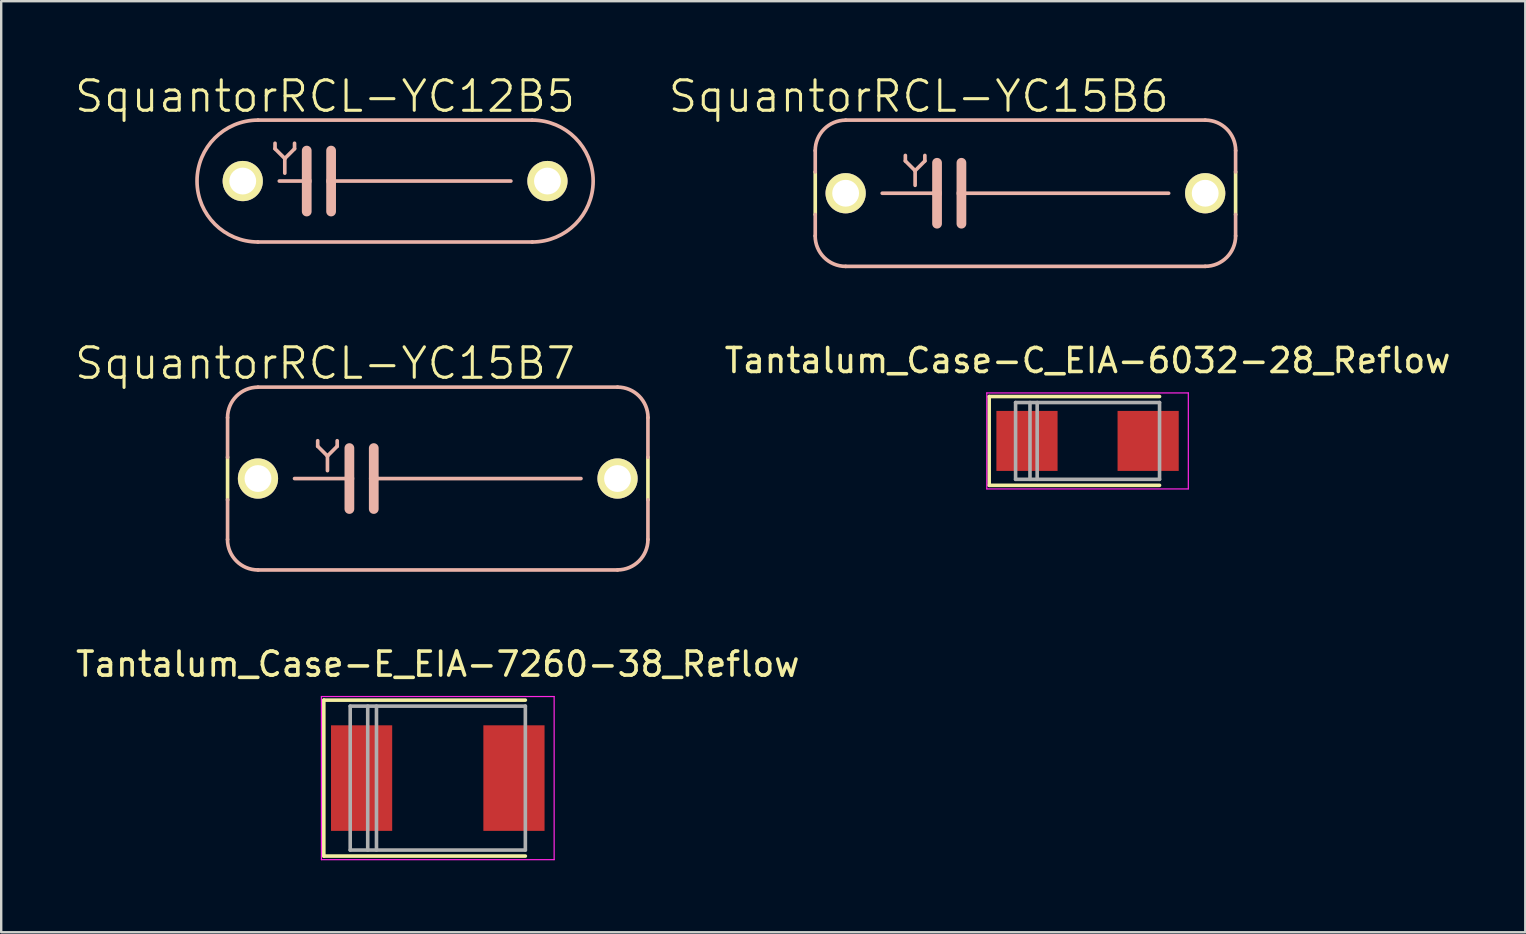
<source format=kicad_pcb>
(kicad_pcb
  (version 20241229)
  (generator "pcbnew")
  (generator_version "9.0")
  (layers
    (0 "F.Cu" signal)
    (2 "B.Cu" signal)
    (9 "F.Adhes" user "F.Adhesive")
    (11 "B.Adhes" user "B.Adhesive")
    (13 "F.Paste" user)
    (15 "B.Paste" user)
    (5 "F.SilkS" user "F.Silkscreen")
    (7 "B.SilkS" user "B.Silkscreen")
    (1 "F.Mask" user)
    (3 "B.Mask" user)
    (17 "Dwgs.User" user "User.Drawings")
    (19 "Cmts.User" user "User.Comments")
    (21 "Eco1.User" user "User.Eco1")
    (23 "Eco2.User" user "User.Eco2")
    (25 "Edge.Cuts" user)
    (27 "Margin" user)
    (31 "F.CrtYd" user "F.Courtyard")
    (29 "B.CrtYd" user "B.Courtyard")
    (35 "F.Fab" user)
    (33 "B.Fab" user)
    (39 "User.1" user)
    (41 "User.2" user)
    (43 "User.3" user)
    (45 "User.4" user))
  (footprint "Tantalum_Case-E_EIA-7260-38_Reflow"
    (layer "F.Cu")
    (at 15.196 29.38)
    (property "Reference" "Tantalum_Case-E_EIA-7260-38_Reflow" (at 0 -4.75 0) (layer "F.SilkS") (effects (font (size 1 1) (thickness 0.15))))
    (attr smd)
    (fp_line (start -4.75 -3.25) (end -4.75 3.25) (stroke (width 0.15) (type solid)) (layer "F.SilkS"))
    (fp_line (start -4.75 -3.25) (end 3.65 -3.25) (stroke (width 0.15) (type solid)) (layer "F.SilkS"))
    (fp_line (start -4.75 3.25) (end 3.65 3.25) (stroke (width 0.15) (type solid)) (layer "F.SilkS"))
    (fp_line (start -4.85 -3.4) (end -4.85 3.4) (stroke (width 0.05) (type solid)) (layer "F.CrtYd"))
    (fp_line (start -4.85 3.4) (end 4.85 3.4) (stroke (width 0.05) (type solid)) (layer "F.CrtYd"))
    (fp_line (start 4.85 -3.4) (end -4.85 -3.4) (stroke (width 0.05) (type solid)) (layer "F.CrtYd"))
    (fp_line (start 4.85 3.4) (end 4.85 -3.4) (stroke (width 0.05) (type solid)) (layer "F.CrtYd"))
    (fp_line (start -3.65 -3) (end -3.65 3) (stroke (width 0.15) (type solid)) (layer "F.Fab"))
    (fp_line (start -3.65 3) (end 3.65 3) (stroke (width 0.15) (type solid)) (layer "F.Fab"))
    (fp_line (start -2.92 -3) (end -2.92 3) (stroke (width 0.15) (type solid)) (layer "F.Fab"))
    (fp_line (start -2.555 -3) (end -2.555 3) (stroke (width 0.15) (type solid)) (layer "F.Fab"))
    (fp_line (start 3.65 -3) (end -3.65 -3) (stroke (width 0.15) (type solid)) (layer "F.Fab"))
    (fp_line (start 3.65 3) (end 3.65 -3) (stroke (width 0.15) (type solid)) (layer "F.Fab"))
    (pad "1" smd rect (at -3.175 0) (size 2.55 4.4) (layers "F.Cu" "F.Mask" "F.Paste"))
    (pad "2" smd rect (at 3.175 0) (size 2.55 4.4) (layers "F.Cu" "F.Mask" "F.Paste")))
  (footprint "SquantorRCL-YC15B6"
    (layer "F.Cu")
    (at 39.688 5.004)
    (property "Reference" "SquantorRCL-YC15B6" (at -4.445 -4.039 0) (layer "F.SilkS") (effects (font (size 1.27 1.27) (thickness 0.127))))
    (attr exclude_from_pos_files exclude_from_bom)
    (fp_line (start -8.76 0.889) (end -8.76 -0.889) (stroke (width 0.152) (type solid)) (layer "F.SilkS"))
    (fp_line (start 8.76 0.889) (end 8.76 -0.889) (stroke (width 0.152) (type solid)) (layer "F.SilkS"))
    (fp_line (start -8.76 -0.889) (end -8.76 -1.778) (stroke (width 0.152) (type solid)) (layer "B.SilkS"))
    (fp_line (start -8.76 1.778) (end -8.76 0.889) (stroke (width 0.152) (type solid)) (layer "B.SilkS"))
    (fp_line (start -7.493 -3.048) (end 7.493 -3.048) (stroke (width 0.152) (type solid)) (layer "B.SilkS"))
    (fp_line (start -7.493 3.048) (end 7.493 3.048) (stroke (width 0.152) (type solid)) (layer "B.SilkS"))
    (fp_line (start -5.969 0) (end -3.683 0) (stroke (width 0.152) (type solid)) (layer "B.SilkS"))
    (fp_line (start -5.004 -1.575) (end -5.004 -1.346) (stroke (width 0.152) (type solid)) (layer "B.SilkS"))
    (fp_line (start -5.004 -1.346) (end -4.597 -0.94) (stroke (width 0.152) (type solid)) (layer "B.SilkS"))
    (fp_line (start -4.597 -0.94) (end -4.597 -0.33) (stroke (width 0.152) (type solid)) (layer "B.SilkS"))
    (fp_line (start -4.597 -0.94) (end -4.191 -1.346) (stroke (width 0.152) (type solid)) (layer "B.SilkS"))
    (fp_line (start -4.191 -1.346) (end -4.191 -1.575) (stroke (width 0.152) (type solid)) (layer "B.SilkS"))
    (fp_line (start -3.683 -1.27) (end -3.683 0) (stroke (width 0.406) (type solid)) (layer "B.SilkS"))
    (fp_line (start -3.683 0) (end -3.683 1.27) (stroke (width 0.406) (type solid)) (layer "B.SilkS"))
    (fp_line (start -2.667 -1.27) (end -2.667 0) (stroke (width 0.406) (type solid)) (layer "B.SilkS"))
    (fp_line (start -2.667 0) (end -2.667 1.27) (stroke (width 0.406) (type solid)) (layer "B.SilkS"))
    (fp_line (start 5.969 0) (end -2.667 0) (stroke (width 0.152) (type solid)) (layer "B.SilkS"))
    (fp_line (start 8.76 -0.889) (end 8.76 -1.778) (stroke (width 0.152) (type solid)) (layer "B.SilkS"))
    (fp_line (start 8.76 1.778) (end 8.76 0.889) (stroke (width 0.152) (type solid)) (layer "B.SilkS"))
    (fp_arc (start -8.76046 -1.778) (mid -8.38923 -2.67423) (end -7.493 -3.04546) (stroke (width 0.1524) (type solid)) (layer "B.SilkS"))
    (fp_arc (start -7.493 3.048) (mid -8.391026 2.676026) (end -8.763 1.778) (stroke (width 0.1524) (type solid)) (layer "B.SilkS"))
    (fp_arc (start 7.493 -3.048) (mid 8.391026 -2.676026) (end 8.763 -1.778) (stroke (width 0.1524) (type solid)) (layer "B.SilkS"))
    (fp_arc (start 8.76046 1.778) (mid 8.38923 2.67423) (end 7.493 3.04546) (stroke (width 0.1524) (type solid)) (layer "B.SilkS"))
    (pad "1" thru_hole circle (at -7.493 0) (size 1.676 1.676) (drill 1.118) (layers "*.Cu" "F.Mask" "F.SilkS" "F.Paste"))
    (pad "2" thru_hole circle (at 7.493 0) (size 1.676 1.676) (drill 1.118) (layers "*.Cu" "F.Mask" "F.SilkS" "F.Paste")))
  (footprint "SquantorRCL-YC15B7"
    (layer "F.Cu")
    (at 15.195 16.895)
    (property "Reference" "SquantorRCL-YC15B7" (at -4.699 -4.801 0) (layer "F.SilkS") (effects (font (size 1.27 1.27) (thickness 0.127))))
    (attr exclude_from_pos_files exclude_from_bom)
    (fp_line (start -8.76 0.889) (end -8.76 -0.889) (stroke (width 0.152) (type solid)) (layer "F.SilkS"))
    (fp_line (start 8.76 0.889) (end 8.76 -0.889) (stroke (width 0.152) (type solid)) (layer "F.SilkS"))
    (fp_line (start -8.76 -0.889) (end -8.76 -2.54) (stroke (width 0.152) (type solid)) (layer "B.SilkS"))
    (fp_line (start -8.76 2.54) (end -8.76 0.889) (stroke (width 0.152) (type solid)) (layer "B.SilkS"))
    (fp_line (start -7.493 -3.81) (end 7.493 -3.81) (stroke (width 0.152) (type solid)) (layer "B.SilkS"))
    (fp_line (start -7.493 3.81) (end 7.493 3.81) (stroke (width 0.152) (type solid)) (layer "B.SilkS"))
    (fp_line (start -5.969 0) (end -3.683 0) (stroke (width 0.152) (type solid)) (layer "B.SilkS"))
    (fp_line (start -5.004 -1.575) (end -5.004 -1.346) (stroke (width 0.152) (type solid)) (layer "B.SilkS"))
    (fp_line (start -5.004 -1.346) (end -4.597 -0.94) (stroke (width 0.152) (type solid)) (layer "B.SilkS"))
    (fp_line (start -4.597 -0.94) (end -4.597 -0.33) (stroke (width 0.152) (type solid)) (layer "B.SilkS"))
    (fp_line (start -4.597 -0.94) (end -4.191 -1.346) (stroke (width 0.152) (type solid)) (layer "B.SilkS"))
    (fp_line (start -4.191 -1.346) (end -4.191 -1.575) (stroke (width 0.152) (type solid)) (layer "B.SilkS"))
    (fp_line (start -3.683 -1.27) (end -3.683 0) (stroke (width 0.406) (type solid)) (layer "B.SilkS"))
    (fp_line (start -3.683 0) (end -3.683 1.27) (stroke (width 0.406) (type solid)) (layer "B.SilkS"))
    (fp_line (start -2.667 -1.27) (end -2.667 0) (stroke (width 0.406) (type solid)) (layer "B.SilkS"))
    (fp_line (start -2.667 0) (end -2.667 1.27) (stroke (width 0.406) (type solid)) (layer "B.SilkS"))
    (fp_line (start 5.969 0) (end -2.667 0) (stroke (width 0.152) (type solid)) (layer "B.SilkS"))
    (fp_line (start 8.76 -0.889) (end 8.76 -2.54) (stroke (width 0.152) (type solid)) (layer "B.SilkS"))
    (fp_line (start 8.76 2.54) (end 8.76 0.889) (stroke (width 0.152) (type solid)) (layer "B.SilkS"))
    (fp_arc (start -8.76046 -2.54) (mid -8.38923 -3.43623) (end -7.493 -3.80746) (stroke (width 0.1524) (type solid)) (layer "B.SilkS"))
    (fp_arc (start -7.493 3.81) (mid -8.391026 3.438026) (end -8.763 2.54) (stroke (width 0.1524) (type solid)) (layer "B.SilkS"))
    (fp_arc (start 7.493 -3.81) (mid 8.391026 -3.438026) (end 8.763 -2.54) (stroke (width 0.1524) (type solid)) (layer "B.SilkS"))
    (fp_arc (start 8.76046 2.54) (mid 8.38923 3.43623) (end 7.493 3.80746) (stroke (width 0.1524) (type solid)) (layer "B.SilkS"))
    (pad "1" thru_hole circle (at -7.493 0) (size 1.676 1.676) (drill 1.118) (layers "*.Cu" "F.Mask" "F.SilkS" "F.Paste"))
    (pad "2" thru_hole circle (at 7.493 0) (size 1.676 1.676) (drill 1.118) (layers "*.Cu" "F.Mask" "F.SilkS" "F.Paste")))
  (footprint "Tantalum_Case-C_EIA-6032-28_Reflow"
    (layer "F.Cu")
    (at 42.278 15.327)
    (property "Reference" "Tantalum_Case-C_EIA-6032-28_Reflow" (at 0 -3.35 0) (layer "F.SilkS") (effects (font (size 1 1) (thickness 0.15))))
    (attr smd)
    (fp_line (start -4.1 -1.85) (end -4.1 1.85) (stroke (width 0.15) (type solid)) (layer "F.SilkS"))
    (fp_line (start -4.1 -1.85) (end 3 -1.85) (stroke (width 0.15) (type solid)) (layer "F.SilkS"))
    (fp_line (start -4.1 1.85) (end 3 1.85) (stroke (width 0.15) (type solid)) (layer "F.SilkS"))
    (fp_line (start -4.2 -2) (end -4.2 2) (stroke (width 0.05) (type solid)) (layer "F.CrtYd"))
    (fp_line (start -4.2 2) (end 4.2 2) (stroke (width 0.05) (type solid)) (layer "F.CrtYd"))
    (fp_line (start 4.2 -2) (end -4.2 -2) (stroke (width 0.05) (type solid)) (layer "F.CrtYd"))
    (fp_line (start 4.2 2) (end 4.2 -2) (stroke (width 0.05) (type solid)) (layer "F.CrtYd"))
    (fp_line (start -3 -1.6) (end -3 1.6) (stroke (width 0.15) (type solid)) (layer "F.Fab"))
    (fp_line (start -3 1.6) (end 3 1.6) (stroke (width 0.15) (type solid)) (layer "F.Fab"))
    (fp_line (start -2.4 -1.6) (end -2.4 1.6) (stroke (width 0.15) (type solid)) (layer "F.Fab"))
    (fp_line (start -2.1 -1.6) (end -2.1 1.6) (stroke (width 0.15) (type solid)) (layer "F.Fab"))
    (fp_line (start 3 -1.6) (end -3 -1.6) (stroke (width 0.15) (type solid)) (layer "F.Fab"))
    (fp_line (start 3 1.6) (end 3 -1.6) (stroke (width 0.15) (type solid)) (layer "F.Fab"))
    (pad "1" smd rect (at -2.525 0) (size 2.55 2.5) (layers "F.Cu" "F.Mask" "F.Paste"))
    (pad "2" smd rect (at 2.525 0) (size 2.55 2.5) (layers "F.Cu" "F.Mask" "F.Paste")))
  (footprint "SquantorRCL-YC12B5"
    (layer "F.Cu")
    (at 13.417 4.496)
    (property "Reference" "SquantorRCL-YC12B5" (at -2.921 -3.531 0) (layer "F.SilkS") (effects (font (size 1.27 1.27) (thickness 0.127))))
    (attr exclude_from_pos_files exclude_from_bom)
    (fp_line (start -5.715 -2.54) (end 5.715 -2.54) (stroke (width 0.152) (type solid)) (layer "B.SilkS"))
    (fp_line (start -5.715 2.54) (end 5.715 2.54) (stroke (width 0.152) (type solid)) (layer "B.SilkS"))
    (fp_line (start -5.004 -1.575) (end -5.004 -1.346) (stroke (width 0.152) (type solid)) (layer "B.SilkS"))
    (fp_line (start -5.004 -1.346) (end -4.597 -0.94) (stroke (width 0.152) (type solid)) (layer "B.SilkS"))
    (fp_line (start -4.826 0) (end -3.683 0) (stroke (width 0.152) (type solid)) (layer "B.SilkS"))
    (fp_line (start -4.597 -0.94) (end -4.597 -0.33) (stroke (width 0.152) (type solid)) (layer "B.SilkS"))
    (fp_line (start -4.597 -0.94) (end -4.191 -1.346) (stroke (width 0.152) (type solid)) (layer "B.SilkS"))
    (fp_line (start -4.191 -1.346) (end -4.191 -1.575) (stroke (width 0.152) (type solid)) (layer "B.SilkS"))
    (fp_line (start -3.683 -1.27) (end -3.683 0) (stroke (width 0.406) (type solid)) (layer "B.SilkS"))
    (fp_line (start -3.683 0) (end -3.683 1.27) (stroke (width 0.406) (type solid)) (layer "B.SilkS"))
    (fp_line (start -2.667 -1.27) (end -2.667 0) (stroke (width 0.406) (type solid)) (layer "B.SilkS"))
    (fp_line (start -2.667 0) (end -2.667 1.27) (stroke (width 0.406) (type solid)) (layer "B.SilkS"))
    (fp_line (start 4.826 0) (end -2.667 0) (stroke (width 0.152) (type solid)) (layer "B.SilkS"))
    (fp_arc (start -5.715 2.54) (mid -8.255 0) (end -5.715 -2.54) (stroke (width 0.1524) (type solid)) (layer "B.SilkS"))
    (fp_arc (start 5.715 -2.54) (mid 8.255 0) (end 5.715 2.54) (stroke (width 0.1524) (type solid)) (layer "B.SilkS"))
    (pad "1" thru_hole circle (at -6.35 0) (size 1.676 1.676) (drill 1.118) (layers "*.Cu" "F.Mask" "F.SilkS" "F.Paste"))
    (pad "2" thru_hole circle (at 6.35 0) (size 1.676 1.676) (drill 1.118) (layers "*.Cu" "F.Mask" "F.SilkS" "F.Paste")))
  (gr_rect
    (start -3 -3)
    (end 60.522 35.805)
    (stroke (width 0.1) (type default))
    (fill no)
    (layer "Edge.Cuts")))
</source>
